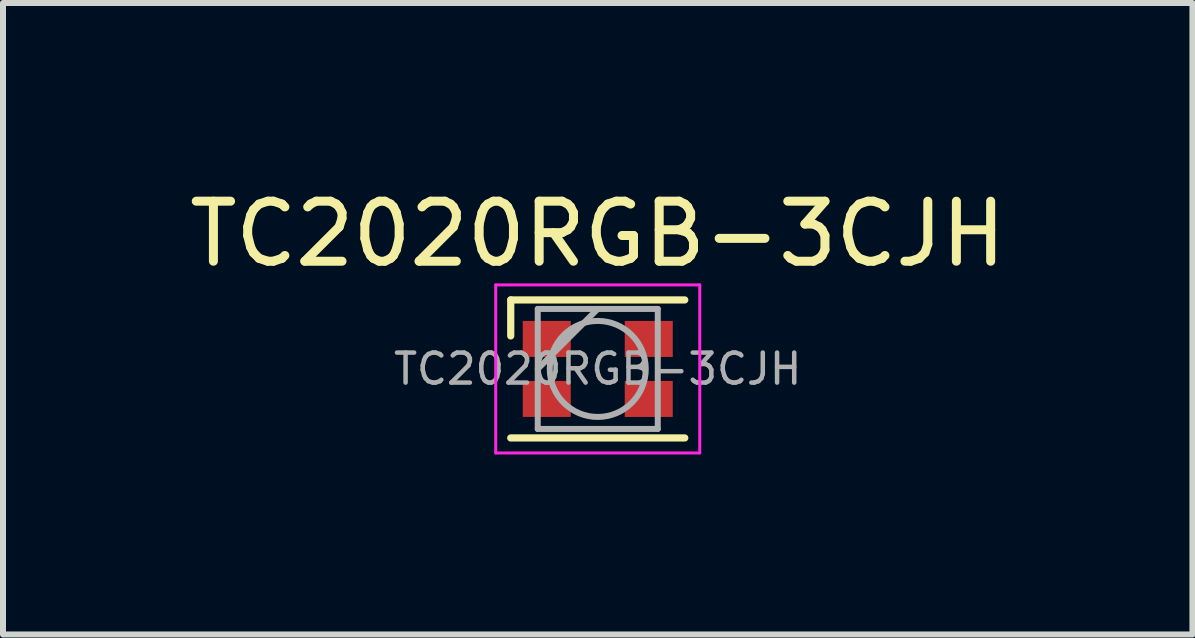
<source format=kicad_pcb>
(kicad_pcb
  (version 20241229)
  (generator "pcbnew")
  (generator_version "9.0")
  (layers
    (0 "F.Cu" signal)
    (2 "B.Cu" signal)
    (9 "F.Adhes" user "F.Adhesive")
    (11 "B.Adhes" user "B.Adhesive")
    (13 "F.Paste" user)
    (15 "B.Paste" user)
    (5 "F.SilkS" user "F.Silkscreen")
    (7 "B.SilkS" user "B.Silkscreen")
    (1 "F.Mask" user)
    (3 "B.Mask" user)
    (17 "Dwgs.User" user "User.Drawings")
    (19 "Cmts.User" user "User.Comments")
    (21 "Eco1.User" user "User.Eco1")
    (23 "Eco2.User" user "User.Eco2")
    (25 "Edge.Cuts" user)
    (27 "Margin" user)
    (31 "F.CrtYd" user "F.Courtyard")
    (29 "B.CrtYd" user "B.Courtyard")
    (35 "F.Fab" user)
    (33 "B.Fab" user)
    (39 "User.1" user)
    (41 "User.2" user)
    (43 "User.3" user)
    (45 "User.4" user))
  (footprint "TC2020RGB-3CJH"
    (layer "F.Cu")
    (at 6.911 3.098)
    (property "Reference" "TC2020RGB-3CJH" (at 0 -2.25 180) (layer "F.SilkS") (effects (font (size 1 1) (thickness 0.15))))
    (attr smd)
    (fp_line (start -1.45 -1.15) (end 1.45 -1.15) (stroke (width 0.12) (type solid)) (layer "F.SilkS"))
    (fp_line (start -1.45 -0.55) (end -1.45 -1.15) (stroke (width 0.12) (type solid)) (layer "F.SilkS"))
    (fp_line (start -1.45 1.15) (end 1.45 1.15) (stroke (width 0.12) (type solid)) (layer "F.SilkS"))
    (fp_line (start -1.7 -1.4) (end -1.7 1.4) (stroke (width 0.05) (type solid)) (layer "F.CrtYd"))
    (fp_line (start -1.7 1.4) (end 1.7 1.4) (stroke (width 0.05) (type solid)) (layer "F.CrtYd"))
    (fp_line (start 1.7 -1.4) (end -1.7 -1.4) (stroke (width 0.05) (type solid)) (layer "F.CrtYd"))
    (fp_line (start 1.7 1.4) (end 1.7 -1.4) (stroke (width 0.05) (type solid)) (layer "F.CrtYd"))
    (fp_line (start -1 -1) (end -1 1) (stroke (width 0.1) (type solid)) (layer "F.Fab"))
    (fp_line (start -1 1) (end 1 1) (stroke (width 0.1) (type solid)) (layer "F.Fab"))
    (fp_line (start 0 -1) (end -1 0) (stroke (width 0.1) (type solid)) (layer "F.Fab"))
    (fp_line (start 1 -1) (end -1 -1) (stroke (width 0.1) (type solid)) (layer "F.Fab"))
    (fp_line (start 1 1) (end 1 -1) (stroke (width 0.1) (type solid)) (layer "F.Fab"))
    (fp_circle (center 0 0) (end 0.8 0) (stroke (width 0.1) (type solid)) (fill no) (layer "F.Fab"))
    (fp_text user "${REFERENCE}" (at 0 0 180) (layer "F.Fab") (effects (font (size 0.5 0.5) (thickness 0.075))))
    (pad "1" smd rect (at -0.85 -0.5) (size 0.8 0.6) (layers "F.Cu" "F.Mask" "F.Paste"))
    (pad "2" smd rect (at 0.85 -0.5) (size 0.8 0.6) (layers "F.Cu" "F.Mask" "F.Paste"))
    (pad "3" smd rect (at 0.85 0.5) (size 0.8 0.6) (layers "F.Cu" "F.Mask" "F.Paste"))
    (pad "4" smd rect (at -0.85 0.5) (size 0.8 0.6) (layers "F.Cu" "F.Mask" "F.Paste")))
  (gr_rect
    (start -3 -3)
    (end 16.821 7.523)
    (stroke (width 0.1) (type default))
    (fill no)
    (layer "Edge.Cuts")))
</source>
